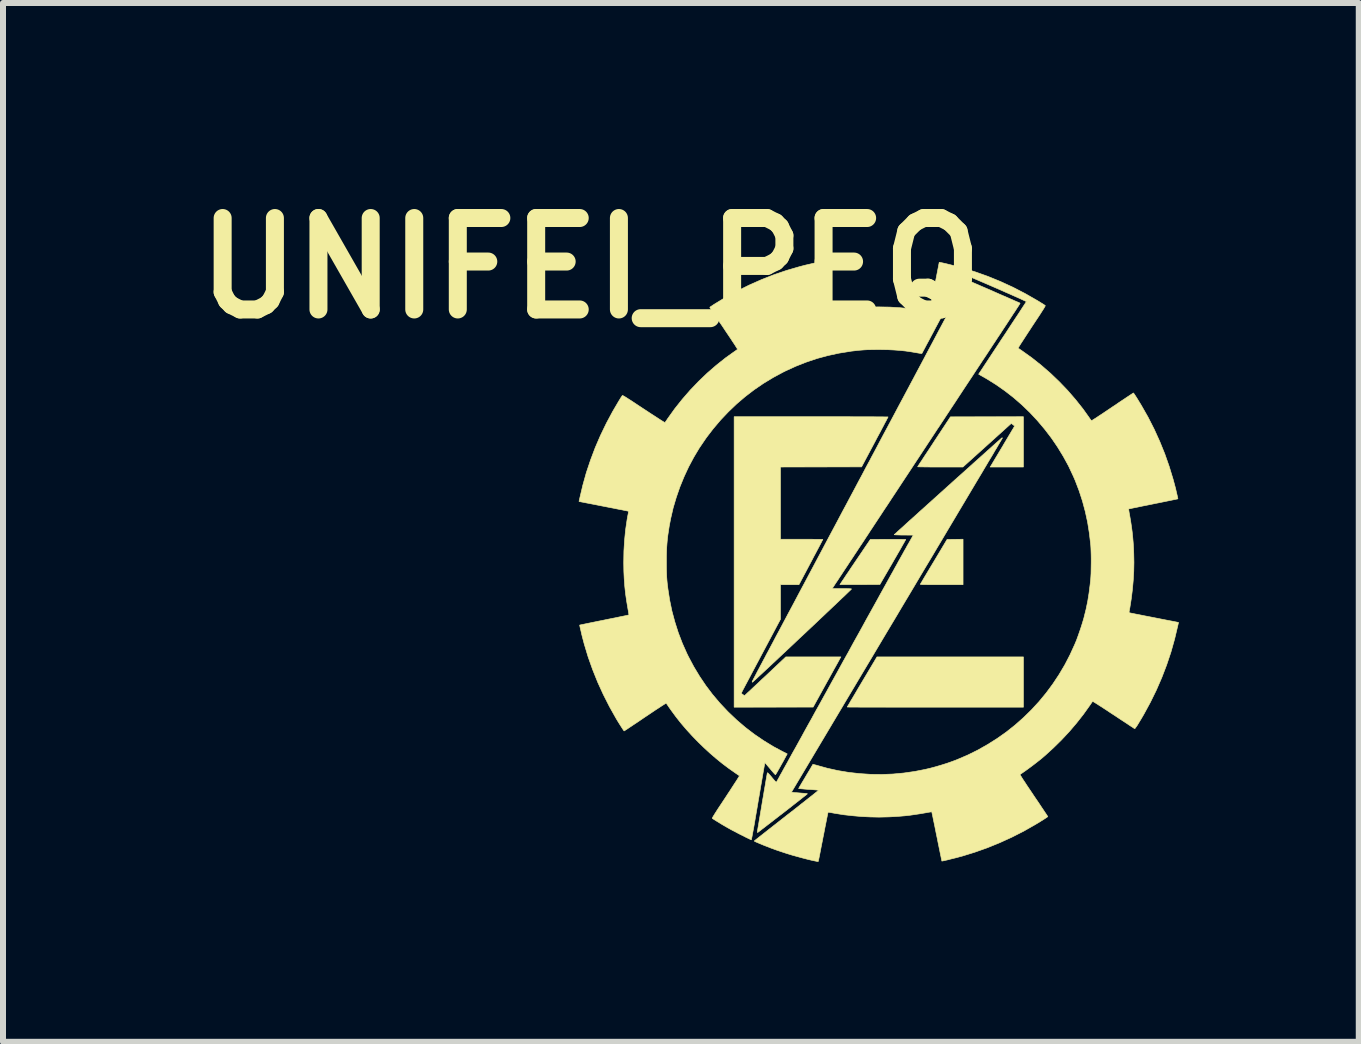
<source format=kicad_pcb>
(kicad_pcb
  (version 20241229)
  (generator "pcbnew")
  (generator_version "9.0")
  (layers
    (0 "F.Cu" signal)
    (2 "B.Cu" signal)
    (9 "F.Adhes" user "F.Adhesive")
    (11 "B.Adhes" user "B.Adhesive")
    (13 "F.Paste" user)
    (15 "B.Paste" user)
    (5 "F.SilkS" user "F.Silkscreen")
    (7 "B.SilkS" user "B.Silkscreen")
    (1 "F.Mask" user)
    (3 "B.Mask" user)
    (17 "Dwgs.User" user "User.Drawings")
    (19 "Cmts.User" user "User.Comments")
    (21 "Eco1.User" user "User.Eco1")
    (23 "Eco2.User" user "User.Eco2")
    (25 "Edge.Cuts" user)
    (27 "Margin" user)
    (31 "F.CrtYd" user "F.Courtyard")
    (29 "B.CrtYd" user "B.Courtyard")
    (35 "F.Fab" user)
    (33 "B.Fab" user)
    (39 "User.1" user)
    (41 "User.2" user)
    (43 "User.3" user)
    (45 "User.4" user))
  (footprint "UNIFEI_PEQ"
    (layer "F.Cu")
    (at 11.593 6.318)
    (property "Reference" "UNIFEI_PEQ" (at -4.8 -4.9 0) (layer "F.SilkS") (effects (font (size 1.524 1.524) (thickness 0.3))))
    (attr through_hole)
    (fp_poly (pts (xy 1.407 0.376) (xy 1.049 0.376) (xy 0.98 0.376) (xy 0.92 0.376) (xy 0.87 0.376) (xy 0.827 0.376) (xy 0.792 0.375) (xy 0.763 0.375) (xy 0.741 0.375) (xy 0.724 0.374) (xy 0.711 0.373) (xy 0.703 0.372) (xy 0.698 0.371) (xy 0.695 0.37) (xy 0.695 0.368) (xy 0.696 0.367) (xy 0.699 0.361) (xy 0.707 0.348) (xy 0.72 0.327) (xy 0.736 0.299) (xy 0.756 0.265) (xy 0.78 0.225) (xy 0.806 0.181) (xy 0.835 0.133) (xy 0.866 0.081) (xy 0.899 0.026) (xy 0.921 -0.01) (xy 1.141 -0.378) (xy 1.274 -0.38) (xy 1.407 -0.381) (xy 1.407 0.376)) (stroke (width 0.01) (type solid)) (fill yes) (layer "F.SilkS"))
    (fp_poly (pts (xy 2.413 2.418) (xy 0.945 2.418) (xy 0.823 2.418) (xy 0.705 2.418) (xy 0.589 2.418) (xy 0.477 2.418) (xy 0.368 2.418) (xy 0.264 2.418) (xy 0.165 2.418) (xy 0.07 2.417) (xy -0.019 2.417) (xy -0.102 2.417) (xy -0.179 2.417) (xy -0.249 2.417) (xy -0.312 2.417) (xy -0.368 2.416) (xy -0.416 2.416) (xy -0.455 2.416) (xy -0.486 2.416) (xy -0.508 2.415) (xy -0.52 2.415) (xy -0.523 2.415) (xy -0.521 2.41) (xy -0.513 2.397) (xy -0.501 2.377) (xy -0.485 2.35) (xy -0.466 2.316) (xy -0.442 2.277) (xy -0.416 2.233) (xy -0.387 2.184) (xy -0.356 2.131) (xy -0.323 2.075) (xy -0.288 2.016) (xy -0.276 1.996) (xy -0.028 1.58) (xy 1.193 1.58) (xy 2.413 1.58) (xy 2.413 2.418)) (stroke (width 0.01) (type solid)) (fill yes) (layer "F.SilkS"))
    (fp_poly (pts (xy 0.316 -0.38) (xy 0.358 -0.38) (xy 0.393 -0.379) (xy 0.421 -0.379) (xy 0.44 -0.378) (xy 0.451 -0.377) (xy 0.452 -0.377) (xy 0.45 -0.372) (xy 0.442 -0.358) (xy 0.431 -0.338) (xy 0.415 -0.31) (xy 0.396 -0.277) (xy 0.374 -0.237) (xy 0.349 -0.193) (xy 0.321 -0.145) (xy 0.291 -0.093) (xy 0.259 -0.038) (xy 0.237 0.001) (xy 0.021 0.373) (xy -0.312 0.375) (xy -0.369 0.375) (xy -0.423 0.375) (xy -0.473 0.375) (xy -0.519 0.375) (xy -0.558 0.375) (xy -0.592 0.375) (xy -0.618 0.375) (xy -0.635 0.374) (xy -0.644 0.374) (xy -0.645 0.374) (xy -0.642 0.37) (xy -0.634 0.357) (xy -0.621 0.338) (xy -0.604 0.312) (xy -0.582 0.28) (xy -0.557 0.242) (xy -0.529 0.2) (xy -0.497 0.154) (xy -0.464 0.103) (xy -0.428 0.05) (xy -0.392 -0.003) (xy -0.138 -0.378) (xy 0.157 -0.38) (xy 0.215 -0.38) (xy 0.268 -0.38) (xy 0.316 -0.38)) (stroke (width 0.01) (type solid)) (fill yes) (layer "F.SilkS"))
    (fp_poly (pts (xy 2.413 -1.585) (xy 1.859 -1.585) (xy 1.882 -1.622) (xy 1.888 -1.632) (xy 1.899 -1.651) (xy 1.914 -1.676) (xy 1.933 -1.708) (xy 1.956 -1.746) (xy 1.981 -1.788) (xy 2.008 -1.833) (xy 2.037 -1.882) (xy 2.068 -1.933) (xy 2.085 -1.963) (xy 2.267 -2.268) (xy 2.252 -2.28) (xy 2.238 -2.291) (xy 2.224 -2.302) (xy 2.224 -2.302) (xy 2.211 -2.312) (xy 1.808 -1.948) (xy 1.405 -1.585) (xy 1.027 -1.585) (xy 0.967 -1.585) (xy 0.909 -1.585) (xy 0.855 -1.585) (xy 0.805 -1.586) (xy 0.761 -1.586) (xy 0.724 -1.587) (xy 0.693 -1.587) (xy 0.67 -1.588) (xy 0.655 -1.588) (xy 0.65 -1.589) (xy 0.65 -1.589) (xy 0.653 -1.593) (xy 0.661 -1.606) (xy 0.674 -1.626) (xy 0.691 -1.653) (xy 0.713 -1.685) (xy 0.738 -1.724) (xy 0.766 -1.767) (xy 0.798 -1.815) (xy 0.832 -1.866) (xy 0.868 -1.921) (xy 0.906 -1.979) (xy 0.924 -2.007) (xy 1.197 -2.421) (xy 1.805 -2.422) (xy 2.413 -2.423) (xy 2.413 -1.585)) (stroke (width 0.01) (type solid)) (fill yes) (layer "F.SilkS"))
    (fp_poly (pts (xy -1.012 -2.423) (xy -0.901 -2.423) (xy -0.793 -2.423) (xy -0.689 -2.423) (xy -0.589 -2.423) (xy -0.493 -2.423) (xy -0.403 -2.422) (xy -0.317 -2.422) (xy -0.237 -2.422) (xy -0.163 -2.422) (xy -0.096 -2.422) (xy -0.036 -2.421) (xy 0.017 -2.421) (xy 0.063 -2.421) (xy 0.099 -2.42) (xy 0.128 -2.42) (xy 0.147 -2.42) (xy 0.156 -2.42) (xy 0.157 -2.419) (xy 0.155 -2.414) (xy 0.148 -2.401) (xy 0.137 -2.38) (xy 0.123 -2.352) (xy 0.104 -2.318) (xy 0.083 -2.277) (xy 0.059 -2.232) (xy 0.033 -2.182) (xy 0.004 -2.128) (xy -0.027 -2.071) (xy -0.058 -2.011) (xy -0.063 -2.002) (xy -0.284 -1.587) (xy -0.96 -1.586) (xy -1.636 -1.585) (xy -1.636 -0.381) (xy -1.283 -0.381) (xy -1.224 -0.381) (xy -1.168 -0.381) (xy -1.116 -0.381) (xy -1.069 -0.38) (xy -1.027 -0.38) (xy -0.992 -0.38) (xy -0.964 -0.379) (xy -0.943 -0.379) (xy -0.932 -0.378) (xy -0.93 -0.378) (xy -0.932 -0.373) (xy -0.939 -0.36) (xy -0.95 -0.339) (xy -0.964 -0.311) (xy -0.982 -0.277) (xy -1.003 -0.237) (xy -1.027 -0.192) (xy -1.053 -0.143) (xy -1.081 -0.091) (xy -1.11 -0.035) (xy -1.129 0.001) (xy -1.328 0.376) (xy -1.482 0.376) (xy -1.636 0.376) (xy -1.636 0.953) (xy -1.964 1.569) (xy -2.003 1.643) (xy -2.041 1.714) (xy -2.077 1.782) (xy -2.111 1.846) (xy -2.143 1.907) (xy -2.173 1.963) (xy -2.2 2.014) (xy -2.224 2.059) (xy -2.245 2.099) (xy -2.262 2.131) (xy -2.275 2.157) (xy -2.284 2.175) (xy -2.289 2.185) (xy -2.29 2.187) (xy -2.286 2.19) (xy -2.275 2.198) (xy -2.264 2.206) (xy -2.25 2.216) (xy -2.24 2.223) (xy -2.235 2.225) (xy -2.231 2.222) (xy -2.22 2.212) (xy -2.203 2.196) (xy -2.18 2.174) (xy -2.151 2.148) (xy -2.118 2.117) (xy -2.081 2.082) (xy -2.039 2.043) (xy -1.995 2.002) (xy -1.948 1.957) (xy -1.898 1.911) (xy -1.889 1.903) (xy -1.547 1.58) (xy -1.088 1.58) (xy -0.629 1.58) (xy -0.65 1.617) (xy -0.655 1.627) (xy -0.665 1.645) (xy -0.679 1.671) (xy -0.697 1.703) (xy -0.718 1.741) (xy -0.743 1.785) (xy -0.769 1.833) (xy -0.798 1.885) (xy -0.828 1.94) (xy -0.86 1.997) (xy -0.881 2.035) (xy -1.091 2.416) (xy -1.75 2.417) (xy -2.408 2.418) (xy -2.408 -2.423) (xy -1.125 -2.423) (xy -1.012 -2.423)) (stroke (width 0.01) (type solid)) (fill yes) (layer "F.SilkS"))
    (fp_poly (pts (xy 2.062 -2.069) (xy 2.062 -2.066) (xy 2.061 -2.064) (xy 2.059 -2.06) (xy 2.055 -2.054) (xy 2.05 -2.045) (xy 2.043 -2.033) (xy 2.034 -2.018) (xy 2.023 -2) (xy 2.011 -1.979) (xy 1.996 -1.954) (xy 1.98 -1.926) (xy 1.961 -1.894) (xy 1.939 -1.858) (xy 1.916 -1.818) (xy 1.89 -1.774) (xy 1.861 -1.726) (xy 1.829 -1.673) (xy 1.795 -1.615) (xy 1.758 -1.553) (xy 1.718 -1.485) (xy 1.674 -1.412) (xy 1.628 -1.335) (xy 1.578 -1.251) (xy 1.525 -1.162) (xy 1.469 -1.068) (xy 1.409 -0.967) (xy 1.345 -0.86) (xy 1.278 -0.747) (xy 1.207 -0.628) (xy 1.132 -0.502) (xy 1.053 -0.369) (xy 0.97 -0.23) (xy 0.883 -0.083) (xy 0.791 0.07) (xy 0.695 0.231) (xy 0.595 0.4) (xy 0.49 0.576) (xy 0.38 0.76) (xy 0.266 0.952) (xy 0.146 1.152) (xy 0.022 1.36) (xy -0.107 1.577) (xy -0.235 1.791) (xy -1.452 3.833) (xy -1.436 3.836) (xy -1.426 3.838) (xy -1.408 3.84) (xy -1.383 3.842) (xy -1.354 3.844) (xy -1.32 3.847) (xy -1.306 3.848) (xy -1.273 3.851) (xy -1.243 3.853) (xy -1.219 3.855) (xy -1.201 3.857) (xy -1.191 3.858) (xy -1.189 3.859) (xy -1.19 3.864) (xy -1.194 3.868) (xy -1.201 3.874) (xy -1.214 3.885) (xy -1.235 3.901) (xy -1.261 3.921) (xy -1.292 3.946) (xy -1.328 3.974) (xy -1.368 4.005) (xy -1.411 4.039) (xy -1.457 4.075) (xy -1.504 4.112) (xy -1.553 4.15) (xy -1.603 4.189) (xy -1.653 4.227) (xy -1.702 4.265) (xy -1.75 4.302) (xy -1.796 4.338) (xy -1.839 4.371) (xy -1.879 4.402) (xy -1.915 4.43) (xy -1.947 4.454) (xy -1.973 4.475) (xy -1.994 4.49) (xy -2.008 4.501) (xy -2.015 4.506) (xy -2.015 4.506) (xy -2.021 4.502) (xy -2.022 4.499) (xy -2.021 4.493) (xy -2.019 4.479) (xy -2.015 4.455) (xy -2.01 4.424) (xy -2.003 4.387) (xy -1.996 4.344) (xy -1.988 4.295) (xy -1.979 4.243) (xy -1.97 4.187) (xy -1.96 4.129) (xy -1.95 4.069) (xy -1.94 4.008) (xy -1.93 3.948) (xy -1.919 3.888) (xy -1.91 3.83) (xy -1.9 3.774) (xy -1.891 3.722) (xy -1.883 3.674) (xy -1.876 3.631) (xy -1.869 3.594) (xy -1.864 3.564) (xy -1.86 3.541) (xy -1.858 3.527) (xy -1.857 3.522) (xy -1.853 3.513) (xy -1.849 3.51) (xy -1.845 3.514) (xy -1.835 3.524) (xy -1.82 3.54) (xy -1.802 3.561) (xy -1.782 3.584) (xy -1.776 3.592) (xy -1.753 3.619) (xy -1.736 3.639) (xy -1.723 3.653) (xy -1.714 3.661) (xy -1.709 3.666) (xy -1.705 3.666) (xy -1.702 3.664) (xy -1.7 3.661) (xy -1.697 3.656) (xy -1.689 3.642) (xy -1.677 3.62) (xy -1.66 3.59) (xy -1.64 3.552) (xy -1.614 3.507) (xy -1.586 3.455) (xy -1.553 3.396) (xy -1.516 3.33) (xy -1.477 3.258) (xy -1.434 3.18) (xy -1.387 3.097) (xy -1.338 3.008) (xy -1.286 2.914) (xy -1.232 2.815) (xy -1.175 2.712) (xy -1.115 2.605) (xy -1.054 2.493) (xy -0.99 2.379) (xy -0.925 2.261) (xy -0.858 2.14) (xy -0.79 2.016) (xy -0.72 1.89) (xy -0.678 1.814) (xy -0.588 1.65) (xy -0.502 1.496) (xy -0.422 1.349) (xy -0.345 1.211) (xy -0.273 1.081) (xy -0.206 0.958) (xy -0.142 0.843) (xy -0.082 0.735) (xy -0.026 0.634) (xy 0.026 0.539) (xy 0.075 0.451) (xy 0.121 0.368) (xy 0.163 0.292) (xy 0.202 0.221) (xy 0.239 0.156) (xy 0.272 0.095) (xy 0.303 0.04) (xy 0.331 -0.012) (xy 0.357 -0.058) (xy 0.381 -0.101) (xy 0.403 -0.14) (xy 0.422 -0.175) (xy 0.44 -0.207) (xy 0.457 -0.236) (xy 0.471 -0.263) (xy 0.485 -0.287) (xy 0.497 -0.308) (xy 0.508 -0.327) (xy 0.518 -0.345) (xy 0.527 -0.361) (xy 0.536 -0.376) (xy 0.54 -0.384) (xy 0.578 -0.45) (xy 0.418 -0.451) (xy 0.379 -0.451) (xy 0.344 -0.452) (xy 0.313 -0.453) (xy 0.288 -0.454) (xy 0.27 -0.455) (xy 0.261 -0.456) (xy 0.26 -0.457) (xy 0.264 -0.461) (xy 0.275 -0.471) (xy 0.293 -0.487) (xy 0.317 -0.51) (xy 0.347 -0.537) (xy 0.383 -0.569) (xy 0.424 -0.606) (xy 0.469 -0.648) (xy 0.519 -0.693) (xy 0.573 -0.741) (xy 0.631 -0.793) (xy 0.691 -0.848) (xy 0.755 -0.905) (xy 0.82 -0.964) (xy 0.888 -1.025) (xy 0.957 -1.087) (xy 1.028 -1.151) (xy 1.099 -1.215) (xy 1.17 -1.279) (xy 1.241 -1.343) (xy 1.312 -1.407) (xy 1.382 -1.469) (xy 1.451 -1.531) (xy 1.518 -1.591) (xy 1.583 -1.65) (xy 1.646 -1.706) (xy 1.705 -1.759) (xy 1.762 -1.81) (xy 1.814 -1.857) (xy 1.863 -1.9) (xy 1.907 -1.94) (xy 1.946 -1.975) (xy 1.98 -2.005) (xy 2.009 -2.03) (xy 2.031 -2.05) (xy 2.047 -2.064) (xy 2.056 -2.071) (xy 2.057 -2.073) (xy 2.062 -2.069)) (stroke (width 0.01) (type solid)) (fill yes) (layer "F.SilkS"))
    (fp_poly (pts (xy 1.46 -4.706) (xy 1.474 -4.701) (xy 1.495 -4.692) (xy 1.524 -4.679) (xy 1.56 -4.664) (xy 1.601 -4.646) (xy 1.648 -4.626) (xy 1.7 -4.603) (xy 1.756 -4.579) (xy 1.816 -4.553) (xy 1.879 -4.526) (xy 1.901 -4.516) (xy 1.964 -4.488) (xy 2.025 -4.461) (xy 2.083 -4.436) (xy 2.137 -4.413) (xy 2.186 -4.391) (xy 2.23 -4.372) (xy 2.268 -4.355) (xy 2.3 -4.341) (xy 2.325 -4.331) (xy 2.342 -4.323) (xy 2.35 -4.32) (xy 2.351 -4.319) (xy 2.357 -4.314) (xy 2.357 -4.312) (xy 2.354 -4.307) (xy 2.346 -4.294) (xy 2.334 -4.274) (xy 2.316 -4.247) (xy 2.295 -4.215) (xy 2.27 -4.176) (xy 2.241 -4.133) (xy 2.21 -4.085) (xy 2.176 -4.033) (xy 2.14 -3.978) (xy 2.102 -3.92) (xy 2.082 -3.89) (xy 2.055 -3.849) (xy 2.024 -3.801) (xy 1.987 -3.746) (xy 1.946 -3.683) (xy 1.9 -3.614) (xy 1.851 -3.539) (xy 1.798 -3.458) (xy 1.741 -3.373) (xy 1.682 -3.283) (xy 1.62 -3.189) (xy 1.556 -3.091) (xy 1.489 -2.99) (xy 1.421 -2.887) (xy 1.352 -2.782) (xy 1.282 -2.675) (xy 1.211 -2.568) (xy 1.139 -2.459) (xy 1.068 -2.351) (xy 0.997 -2.243) (xy 0.986 -2.228) (xy 0.881 -2.068) (xy 0.781 -1.916) (xy 0.687 -1.773) (xy 0.597 -1.637) (xy 0.513 -1.509) (xy 0.433 -1.388) (xy 0.358 -1.274) (xy 0.287 -1.166) (xy 0.22 -1.065) (xy 0.158 -0.97) (xy 0.099 -0.882) (xy 0.044 -0.798) (xy -0.007 -0.721) (xy -0.055 -0.648) (xy -0.099 -0.581) (xy -0.141 -0.518) (xy -0.179 -0.459) (xy -0.215 -0.405) (xy -0.248 -0.354) (xy -0.279 -0.307) (xy -0.308 -0.264) (xy -0.335 -0.224) (xy -0.359 -0.186) (xy -0.382 -0.152) (xy -0.404 -0.119) (xy -0.423 -0.089) (xy -0.442 -0.061) (xy -0.46 -0.034) (xy -0.477 -0.009) (xy -0.493 0.016) (xy -0.508 0.039) (xy -0.523 0.062) (xy -0.538 0.084) (xy -0.553 0.107) (xy -0.568 0.129) (xy -0.583 0.152) (xy -0.591 0.164) (xy -0.622 0.212) (xy -0.652 0.256) (xy -0.679 0.298) (xy -0.704 0.335) (xy -0.726 0.368) (xy -0.744 0.396) (xy -0.758 0.417) (xy -0.767 0.432) (xy -0.772 0.439) (xy -0.772 0.44) (xy -0.767 0.44) (xy -0.753 0.441) (xy -0.732 0.441) (xy -0.704 0.442) (xy -0.67 0.442) (xy -0.633 0.442) (xy -0.612 0.442) (xy -0.566 0.442) (xy -0.528 0.442) (xy -0.5 0.443) (xy -0.478 0.444) (xy -0.464 0.445) (xy -0.456 0.446) (xy -0.452 0.448) (xy -0.452 0.448) (xy -0.456 0.452) (xy -0.466 0.463) (xy -0.484 0.48) (xy -0.507 0.502) (xy -0.536 0.53) (xy -0.571 0.564) (xy -0.611 0.601) (xy -0.655 0.643) (xy -0.703 0.689) (xy -0.755 0.738) (xy -0.811 0.791) (xy -0.869 0.846) (xy -0.93 0.904) (xy -0.993 0.963) (xy -1.058 1.025) (xy -1.124 1.087) (xy -1.191 1.15) (xy -1.259 1.214) (xy -1.327 1.277) (xy -1.394 1.341) (xy -1.461 1.404) (xy -1.526 1.465) (xy -1.59 1.525) (xy -1.653 1.584) (xy -1.712 1.64) (xy -1.769 1.693) (xy -1.823 1.744) (xy -1.874 1.791) (xy -1.92 1.834) (xy -1.962 1.873) (xy -2 1.908) (xy -2.032 1.938) (xy -2.058 1.962) (xy -2.079 1.981) (xy -2.093 1.994) (xy -2.1 2) (xy -2.101 2.001) (xy -2.107 2) (xy -2.107 1.992) (xy -2.104 1.985) (xy -2.097 1.971) (xy -2.086 1.949) (xy -2.071 1.921) (xy -2.053 1.887) (xy -2.033 1.848) (xy -2.011 1.806) (xy -1.986 1.76) (xy -1.966 1.721) (xy -1.948 1.688) (xy -1.926 1.646) (xy -1.899 1.596) (xy -1.869 1.538) (xy -1.834 1.474) (xy -1.796 1.402) (xy -1.755 1.325) (xy -1.711 1.241) (xy -1.663 1.152) (xy -1.613 1.058) (xy -1.561 0.96) (xy -1.507 0.858) (xy -1.45 0.752) (xy -1.392 0.643) (xy -1.333 0.531) (xy -1.272 0.417) (xy -1.21 0.301) (xy -1.148 0.184) (xy -1.085 0.066) (xy -1.022 -0.053) (xy -0.959 -0.171) (xy -0.896 -0.29) (xy -0.834 -0.407) (xy -0.772 -0.523) (xy -0.711 -0.637) (xy -0.652 -0.749) (xy -0.594 -0.858) (xy -0.537 -0.964) (xy -0.483 -1.066) (xy -0.43 -1.165) (xy -0.38 -1.259) (xy -0.333 -1.348) (xy -0.288 -1.431) (xy -0.247 -1.509) (xy -0.209 -1.581) (xy -0.174 -1.646) (xy -0.143 -1.703) (xy -0.117 -1.754) (xy -0.109 -1.768) (xy -0.05 -1.878) (xy 0.01 -1.992) (xy 0.072 -2.109) (xy 0.136 -2.228) (xy 0.2 -2.348) (xy 0.265 -2.47) (xy 0.33 -2.593) (xy 0.396 -2.716) (xy 0.461 -2.838) (xy 0.526 -2.96) (xy 0.59 -3.08) (xy 0.653 -3.199) (xy 0.715 -3.315) (xy 0.775 -3.428) (xy 0.833 -3.538) (xy 0.89 -3.644) (xy 0.944 -3.746) (xy 0.995 -3.843) (xy 1.044 -3.934) (xy 1.089 -4.019) (xy 1.131 -4.098) (xy 1.169 -4.17) (xy 1.204 -4.234) (xy 1.234 -4.29) (xy 1.256 -4.333) (xy 1.287 -4.39) (xy 1.316 -4.445) (xy 1.343 -4.496) (xy 1.368 -4.543) (xy 1.39 -4.586) (xy 1.41 -4.623) (xy 1.427 -4.654) (xy 1.44 -4.679) (xy 1.45 -4.697) (xy 1.455 -4.706) (xy 1.456 -4.708) (xy 1.46 -4.706)) (stroke (width 0.01) (type solid)) (fill yes) (layer "F.SilkS"))
    (fp_poly (pts (xy 1.058 -4.988) (xy 1.09 -4.981) (xy 1.129 -4.972) (xy 1.174 -4.961) (xy 1.222 -4.949) (xy 1.27 -4.937) (xy 1.317 -4.925) (xy 1.36 -4.914) (xy 1.391 -4.905) (xy 1.608 -4.838) (xy 1.821 -4.762) (xy 2.031 -4.676) (xy 2.238 -4.581) (xy 2.441 -4.476) (xy 2.64 -4.362) (xy 2.683 -4.336) (xy 2.71 -4.319) (xy 2.735 -4.304) (xy 2.755 -4.291) (xy 2.769 -4.281) (xy 2.777 -4.276) (xy 2.777 -4.276) (xy 2.777 -4.273) (xy 2.775 -4.266) (xy 2.769 -4.256) (xy 2.761 -4.241) (xy 2.749 -4.221) (xy 2.733 -4.196) (xy 2.713 -4.165) (xy 2.689 -4.127) (xy 2.66 -4.083) (xy 2.626 -4.032) (xy 2.587 -3.973) (xy 2.552 -3.92) (xy 2.517 -3.866) (xy 2.483 -3.815) (xy 2.452 -3.767) (xy 2.423 -3.722) (xy 2.397 -3.682) (xy 2.374 -3.647) (xy 2.355 -3.617) (xy 2.341 -3.594) (xy 2.331 -3.577) (xy 2.326 -3.568) (xy 2.325 -3.566) (xy 2.33 -3.562) (xy 2.343 -3.554) (xy 2.36 -3.542) (xy 2.382 -3.527) (xy 2.395 -3.518) (xy 2.557 -3.402) (xy 2.714 -3.277) (xy 2.866 -3.145) (xy 3.011 -3.006) (xy 3.15 -2.861) (xy 3.281 -2.71) (xy 3.405 -2.554) (xy 3.495 -2.428) (xy 3.511 -2.405) (xy 3.525 -2.385) (xy 3.537 -2.369) (xy 3.544 -2.358) (xy 3.546 -2.356) (xy 3.551 -2.358) (xy 3.563 -2.365) (xy 3.582 -2.378) (xy 3.609 -2.394) (xy 3.641 -2.415) (xy 3.678 -2.44) (xy 3.72 -2.467) (xy 3.766 -2.498) (xy 3.815 -2.531) (xy 3.867 -2.566) (xy 3.896 -2.586) (xy 3.95 -2.621) (xy 4 -2.656) (xy 4.048 -2.688) (xy 4.092 -2.717) (xy 4.132 -2.744) (xy 4.167 -2.767) (xy 4.197 -2.787) (xy 4.22 -2.802) (xy 4.236 -2.813) (xy 4.245 -2.819) (xy 4.246 -2.819) (xy 4.25 -2.815) (xy 4.259 -2.803) (xy 4.271 -2.785) (xy 4.286 -2.762) (xy 4.304 -2.734) (xy 4.323 -2.703) (xy 4.343 -2.67) (xy 4.364 -2.636) (xy 4.379 -2.611) (xy 4.49 -2.416) (xy 4.592 -2.216) (xy 4.685 -2.011) (xy 4.769 -1.804) (xy 4.843 -1.593) (xy 4.908 -1.38) (xy 4.943 -1.25) (xy 4.952 -1.214) (xy 4.96 -1.178) (xy 4.968 -1.144) (xy 4.975 -1.114) (xy 4.981 -1.089) (xy 4.985 -1.069) (xy 4.987 -1.057) (xy 4.987 -1.054) (xy 4.982 -1.053) (xy 4.968 -1.05) (xy 4.945 -1.045) (xy 4.915 -1.039) (xy 4.877 -1.031) (xy 4.833 -1.022) (xy 4.784 -1.012) (xy 4.73 -1.001) (xy 4.672 -0.989) (xy 4.61 -0.977) (xy 4.577 -0.97) (xy 4.514 -0.957) (xy 4.454 -0.945) (xy 4.398 -0.934) (xy 4.346 -0.923) (xy 4.299 -0.913) (xy 4.258 -0.905) (xy 4.224 -0.898) (xy 4.197 -0.892) (xy 4.178 -0.888) (xy 4.168 -0.886) (xy 4.166 -0.886) (xy 4.167 -0.881) (xy 4.169 -0.867) (xy 4.172 -0.847) (xy 4.176 -0.821) (xy 4.182 -0.791) (xy 4.183 -0.784) (xy 4.2 -0.685) (xy 4.214 -0.592) (xy 4.226 -0.502) (xy 4.235 -0.413) (xy 4.243 -0.321) (xy 4.249 -0.224) (xy 4.252 -0.141) (xy 4.255 0.004) (xy 4.252 0.155) (xy 4.243 0.308) (xy 4.229 0.462) (xy 4.21 0.614) (xy 4.187 0.761) (xy 4.184 0.775) (xy 4.18 0.799) (xy 4.176 0.82) (xy 4.174 0.835) (xy 4.174 0.843) (xy 4.174 0.843) (xy 4.179 0.844) (xy 4.193 0.847) (xy 4.216 0.852) (xy 4.247 0.858) (xy 4.285 0.866) (xy 4.328 0.874) (xy 4.378 0.884) (xy 4.432 0.895) (xy 4.49 0.906) (xy 4.551 0.918) (xy 4.576 0.923) (xy 4.638 0.935) (xy 4.698 0.947) (xy 4.754 0.958) (xy 4.806 0.968) (xy 4.853 0.977) (xy 4.895 0.985) (xy 4.929 0.992) (xy 4.956 0.997) (xy 4.975 1.001) (xy 4.985 1.003) (xy 4.987 1.003) (xy 4.998 1.006) (xy 4.985 1.063) (xy 4.933 1.282) (xy 4.872 1.499) (xy 4.8 1.714) (xy 4.719 1.925) (xy 4.629 2.132) (xy 4.529 2.336) (xy 4.421 2.535) (xy 4.375 2.614) (xy 4.348 2.658) (xy 4.326 2.695) (xy 4.308 2.724) (xy 4.293 2.745) (xy 4.282 2.761) (xy 4.274 2.771) (xy 4.269 2.775) (xy 4.266 2.775) (xy 4.261 2.772) (xy 4.248 2.764) (xy 4.228 2.75) (xy 4.201 2.733) (xy 4.168 2.711) (xy 4.131 2.686) (xy 4.088 2.658) (xy 4.042 2.628) (xy 3.992 2.595) (xy 3.94 2.56) (xy 3.915 2.544) (xy 3.861 2.509) (xy 3.811 2.475) (xy 3.763 2.444) (xy 3.719 2.415) (xy 3.679 2.39) (xy 3.644 2.367) (xy 3.615 2.349) (xy 3.592 2.335) (xy 3.576 2.325) (xy 3.568 2.32) (xy 3.566 2.32) (xy 3.562 2.325) (xy 3.554 2.338) (xy 3.542 2.355) (xy 3.527 2.377) (xy 3.518 2.39) (xy 3.413 2.537) (xy 3.299 2.682) (xy 3.178 2.824) (xy 3.049 2.962) (xy 2.915 3.094) (xy 2.777 3.22) (xy 2.719 3.27) (xy 2.688 3.295) (xy 2.651 3.324) (xy 2.61 3.356) (xy 2.567 3.389) (xy 2.524 3.421) (xy 2.483 3.451) (xy 2.446 3.478) (xy 2.414 3.5) (xy 2.41 3.503) (xy 2.39 3.517) (xy 2.373 3.528) (xy 2.361 3.537) (xy 2.356 3.541) (xy 2.356 3.541) (xy 2.358 3.545) (xy 2.365 3.558) (xy 2.378 3.577) (xy 2.394 3.604) (xy 2.415 3.636) (xy 2.44 3.673) (xy 2.467 3.715) (xy 2.498 3.761) (xy 2.531 3.81) (xy 2.566 3.862) (xy 2.585 3.891) (xy 2.621 3.944) (xy 2.656 3.995) (xy 2.688 4.043) (xy 2.717 4.087) (xy 2.744 4.127) (xy 2.767 4.162) (xy 2.787 4.191) (xy 2.802 4.214) (xy 2.813 4.231) (xy 2.819 4.24) (xy 2.819 4.241) (xy 2.815 4.245) (xy 2.803 4.254) (xy 2.785 4.266) (xy 2.762 4.281) (xy 2.734 4.299) (xy 2.703 4.318) (xy 2.67 4.339) (xy 2.636 4.359) (xy 2.611 4.374) (xy 2.418 4.484) (xy 2.219 4.585) (xy 2.017 4.677) (xy 1.811 4.761) (xy 1.602 4.835) (xy 1.392 4.9) (xy 1.356 4.909) (xy 1.325 4.918) (xy 1.291 4.927) (xy 1.254 4.936) (xy 1.217 4.945) (xy 1.181 4.954) (xy 1.147 4.963) (xy 1.116 4.97) (xy 1.09 4.976) (xy 1.07 4.98) (xy 1.058 4.982) (xy 1.054 4.983) (xy 1.053 4.977) (xy 1.05 4.963) (xy 1.045 4.94) (xy 1.039 4.91) (xy 1.031 4.872) (xy 1.022 4.828) (xy 1.012 4.779) (xy 1.001 4.725) (xy 0.989 4.667) (xy 0.977 4.605) (xy 0.97 4.572) (xy 0.957 4.509) (xy 0.945 4.449) (xy 0.934 4.393) (xy 0.923 4.341) (xy 0.913 4.294) (xy 0.905 4.253) (xy 0.898 4.219) (xy 0.892 4.192) (xy 0.888 4.173) (xy 0.886 4.163) (xy 0.886 4.161) (xy 0.881 4.162) (xy 0.867 4.164) (xy 0.847 4.167) (xy 0.821 4.171) (xy 0.791 4.177) (xy 0.784 4.178) (xy 0.691 4.194) (xy 0.604 4.207) (xy 0.521 4.219) (xy 0.44 4.228) (xy 0.357 4.235) (xy 0.27 4.241) (xy 0.177 4.246) (xy 0.144 4.247) (xy 0.006 4.25) (xy -0.138 4.247) (xy -0.285 4.24) (xy -0.432 4.227) (xy -0.577 4.211) (xy -0.717 4.189) (xy -0.79 4.176) (xy -0.811 4.172) (xy -0.829 4.169) (xy -0.84 4.168) (xy -0.843 4.169) (xy -0.844 4.174) (xy -0.847 4.188) (xy -0.852 4.211) (xy -0.858 4.242) (xy -0.866 4.28) (xy -0.874 4.323) (xy -0.884 4.373) (xy -0.895 4.427) (xy -0.906 4.485) (xy -0.918 4.547) (xy -0.925 4.58) (xy -0.937 4.643) (xy -0.949 4.703) (xy -0.96 4.759) (xy -0.97 4.811) (xy -0.979 4.858) (xy -0.987 4.899) (xy -0.994 4.933) (xy -1 4.96) (xy -1.004 4.979) (xy -1.006 4.989) (xy -1.006 4.99) (xy -1.012 4.99) (xy -1.024 4.989) (xy -1.031 4.987) (xy -1.104 4.972) (xy -1.184 4.953) (xy -1.269 4.931) (xy -1.357 4.907) (xy -1.447 4.882) (xy -1.535 4.855) (xy -1.62 4.827) (xy -1.7 4.8) (xy -1.712 4.796) (xy -1.752 4.781) (xy -1.794 4.766) (xy -1.836 4.749) (xy -1.878 4.733) (xy -1.919 4.717) (xy -1.957 4.701) (xy -1.991 4.687) (xy -2.021 4.674) (xy -2.045 4.664) (xy -2.062 4.655) (xy -2.071 4.65) (xy -2.073 4.648) (xy -2.069 4.645) (xy -2.057 4.635) (xy -2.039 4.62) (xy -2.013 4.6) (xy -1.982 4.575) (xy -1.945 4.546) (xy -1.903 4.513) (xy -1.856 4.476) (xy -1.804 4.435) (xy -1.749 4.392) (xy -1.69 4.346) (xy -1.629 4.298) (xy -1.565 4.248) (xy -1.534 4.223) (xy -1.469 4.173) (xy -1.406 4.124) (xy -1.346 4.077) (xy -1.29 4.032) (xy -1.237 3.991) (xy -1.188 3.952) (xy -1.144 3.917) (xy -1.104 3.886) (xy -1.071 3.859) (xy -1.043 3.837) (xy -1.022 3.82) (xy -1.007 3.808) (xy -1 3.802) (xy -0.999 3.801) (xy -1.005 3.801) (xy -1.02 3.799) (xy -1.042 3.797) (xy -1.071 3.795) (xy -1.105 3.792) (xy -1.143 3.789) (xy -1.168 3.788) (xy -1.207 3.785) (xy -1.244 3.782) (xy -1.275 3.779) (xy -1.301 3.777) (xy -1.32 3.775) (xy -1.331 3.774) (xy -1.333 3.774) (xy -1.331 3.769) (xy -1.324 3.757) (xy -1.313 3.737) (xy -1.298 3.712) (xy -1.28 3.681) (xy -1.259 3.646) (xy -1.236 3.608) (xy -1.216 3.574) (xy -1.192 3.533) (xy -1.169 3.495) (xy -1.148 3.46) (xy -1.13 3.43) (xy -1.116 3.405) (xy -1.105 3.387) (xy -1.098 3.375) (xy -1.096 3.371) (xy -1.091 3.371) (xy -1.078 3.374) (xy -1.059 3.379) (xy -1.035 3.385) (xy -1.026 3.388) (xy -0.853 3.436) (xy -0.676 3.475) (xy -0.496 3.505) (xy -0.314 3.525) (xy -0.13 3.537) (xy 0.054 3.539) (xy 0.237 3.532) (xy 0.42 3.515) (xy 0.601 3.489) (xy 0.77 3.456) (xy 0.86 3.435) (xy 0.953 3.41) (xy 1.048 3.382) (xy 1.14 3.353) (xy 1.228 3.322) (xy 1.307 3.292) (xy 1.482 3.217) (xy 1.652 3.133) (xy 1.816 3.04) (xy 1.975 2.94) (xy 2.128 2.832) (xy 2.274 2.716) (xy 2.414 2.592) (xy 2.547 2.462) (xy 2.673 2.325) (xy 2.792 2.181) (xy 2.903 2.031) (xy 3.007 1.874) (xy 3.103 1.712) (xy 3.19 1.544) (xy 3.269 1.371) (xy 3.298 1.302) (xy 3.311 1.266) (xy 3.327 1.222) (xy 3.344 1.173) (xy 3.362 1.121) (xy 3.379 1.069) (xy 3.395 1.018) (xy 3.409 0.972) (xy 3.421 0.931) (xy 3.423 0.922) (xy 3.457 0.786) (xy 3.485 0.651) (xy 3.507 0.514) (xy 3.525 0.371) (xy 3.534 0.287) (xy 3.537 0.243) (xy 3.54 0.19) (xy 3.541 0.132) (xy 3.542 0.069) (xy 3.543 0.004) (xy 3.543 -0.061) (xy 3.542 -0.124) (xy 3.54 -0.184) (xy 3.538 -0.237) (xy 3.535 -0.284) (xy 3.534 -0.292) (xy 3.512 -0.481) (xy 3.483 -0.664) (xy 3.444 -0.843) (xy 3.397 -1.018) (xy 3.341 -1.19) (xy 3.276 -1.36) (xy 3.243 -1.436) (xy 3.165 -1.602) (xy 3.077 -1.763) (xy 2.981 -1.92) (xy 2.877 -2.072) (xy 2.765 -2.218) (xy 2.646 -2.359) (xy 2.52 -2.494) (xy 2.388 -2.621) (xy 2.249 -2.742) (xy 2.105 -2.854) (xy 1.955 -2.959) (xy 1.801 -3.055) (xy 1.763 -3.077) (xy 1.738 -3.091) (xy 1.715 -3.104) (xy 1.696 -3.115) (xy 1.684 -3.122) (xy 1.68 -3.124) (xy 1.667 -3.132) (xy 2.063 -3.734) (xy 2.11 -3.804) (xy 2.155 -3.873) (xy 2.198 -3.939) (xy 2.239 -4.001) (xy 2.278 -4.06) (xy 2.314 -4.114) (xy 2.347 -4.164) (xy 2.376 -4.209) (xy 2.401 -4.248) (xy 2.423 -4.281) (xy 2.44 -4.307) (xy 2.452 -4.326) (xy 2.46 -4.337) (xy 2.462 -4.341) (xy 2.458 -4.344) (xy 2.445 -4.35) (xy 2.424 -4.36) (xy 2.396 -4.373) (xy 2.362 -4.389) (xy 2.322 -4.407) (xy 2.277 -4.427) (xy 2.227 -4.449) (xy 2.174 -4.473) (xy 2.118 -4.497) (xy 2.06 -4.523) (xy 2.001 -4.549) (xy 1.941 -4.575) (xy 1.881 -4.601) (xy 1.821 -4.627) (xy 1.763 -4.652) (xy 1.707 -4.676) (xy 1.654 -4.699) (xy 1.605 -4.72) (xy 1.56 -4.739) (xy 1.52 -4.756) (xy 1.486 -4.77) (xy 1.459 -4.781) (xy 1.438 -4.789) (xy 1.426 -4.793) (xy 1.422 -4.794) (xy 1.413 -4.777) (xy 1.4 -4.753) (xy 1.383 -4.721) (xy 1.364 -4.684) (xy 1.341 -4.641) (xy 1.315 -4.592) (xy 1.287 -4.54) (xy 1.257 -4.483) (xy 1.225 -4.423) (xy 1.192 -4.361) (xy 1.158 -4.297) (xy 1.123 -4.231) (xy 1.087 -4.164) (xy 1.052 -4.097) (xy 1.016 -4.031) (xy 0.981 -3.965) (xy 0.947 -3.902) (xy 0.915 -3.84) (xy 0.883 -3.781) (xy 0.854 -3.726) (xy 0.826 -3.674) (xy 0.801 -3.628) (xy 0.779 -3.586) (xy 0.76 -3.55) (xy 0.744 -3.521) (xy 0.733 -3.499) (xy 0.725 -3.484) (xy 0.721 -3.478) (xy 0.721 -3.478) (xy 0.715 -3.477) (xy 0.701 -3.478) (xy 0.68 -3.481) (xy 0.656 -3.485) (xy 0.645 -3.487) (xy 0.545 -3.504) (xy 0.449 -3.518) (xy 0.354 -3.528) (xy 0.258 -3.535) (xy 0.158 -3.54) (xy 0.052 -3.542) (xy 0.003 -3.543) (xy -0.068 -3.542) (xy -0.13 -3.541) (xy -0.187 -3.54) (xy -0.24 -3.537) (xy -0.291 -3.533) (xy -0.344 -3.529) (xy -0.399 -3.522) (xy -0.46 -3.515) (xy -0.476 -3.512) (xy -0.663 -3.482) (xy -0.847 -3.442) (xy -1.028 -3.393) (xy -1.206 -3.333) (xy -1.381 -3.264) (xy -1.554 -3.185) (xy -1.59 -3.167) (xy -1.757 -3.077) (xy -1.919 -2.979) (xy -2.074 -2.873) (xy -2.224 -2.758) (xy -2.367 -2.636) (xy -2.503 -2.506) (xy -2.633 -2.369) (xy -2.756 -2.224) (xy -2.872 -2.073) (xy -2.98 -1.914) (xy -2.989 -1.901) (xy -3.081 -1.747) (xy -3.166 -1.588) (xy -3.243 -1.422) (xy -3.312 -1.253) (xy -3.372 -1.08) (xy -3.424 -0.905) (xy -3.465 -0.728) (xy -3.49 -0.598) (xy -3.502 -0.519) (xy -3.513 -0.447) (xy -3.521 -0.378) (xy -3.527 -0.311) (xy -3.532 -0.242) (xy -3.535 -0.171) (xy -3.537 -0.095) (xy -3.537 -0.011) (xy -3.537 -0.003) (xy -3.537 0.07) (xy -3.536 0.134) (xy -3.534 0.193) (xy -3.532 0.247) (xy -3.528 0.301) (xy -3.523 0.354) (xy -3.516 0.41) (xy -3.512 0.444) (xy -3.483 0.631) (xy -3.445 0.815) (xy -3.396 0.997) (xy -3.339 1.176) (xy -3.272 1.351) (xy -3.196 1.522) (xy -3.169 1.577) (xy -3.08 1.744) (xy -2.983 1.905) (xy -2.879 2.059) (xy -2.767 2.207) (xy -2.646 2.35) (xy -2.516 2.488) (xy -2.502 2.502) (xy -2.364 2.633) (xy -2.22 2.756) (xy -2.071 2.87) (xy -1.915 2.976) (xy -1.755 3.074) (xy -1.604 3.155) (xy -1.523 3.196) (xy -1.549 3.243) (xy -1.573 3.288) (xy -1.597 3.332) (xy -1.621 3.374) (xy -1.643 3.414) (xy -1.663 3.449) (xy -1.681 3.481) (xy -1.696 3.507) (xy -1.708 3.527) (xy -1.716 3.539) (xy -1.72 3.544) (xy -1.724 3.54) (xy -1.734 3.53) (xy -1.749 3.514) (xy -1.767 3.493) (xy -1.788 3.469) (xy -1.808 3.444) (xy -1.831 3.417) (xy -1.852 3.392) (xy -1.869 3.372) (xy -1.883 3.356) (xy -1.892 3.346) (xy -1.895 3.343) (xy -1.896 3.348) (xy -1.899 3.362) (xy -1.903 3.385) (xy -1.909 3.417) (xy -1.916 3.456) (xy -1.924 3.502) (xy -1.933 3.554) (xy -1.943 3.613) (xy -1.954 3.676) (xy -1.966 3.745) (xy -1.978 3.817) (xy -1.991 3.893) (xy -2.005 3.972) (xy -2.007 3.985) (xy -2.025 4.093) (xy -2.042 4.191) (xy -2.057 4.279) (xy -2.07 4.357) (xy -2.082 4.425) (xy -2.093 4.483) (xy -2.102 4.531) (xy -2.109 4.57) (xy -2.115 4.598) (xy -2.119 4.617) (xy -2.121 4.627) (xy -2.122 4.628) (xy -2.128 4.626) (xy -2.143 4.619) (xy -2.164 4.609) (xy -2.191 4.596) (xy -2.222 4.581) (xy -2.256 4.563) (xy -2.293 4.545) (xy -2.331 4.526) (xy -2.368 4.506) (xy -2.404 4.487) (xy -2.438 4.47) (xy -2.469 4.453) (xy -2.494 4.439) (xy -2.51 4.43) (xy -2.538 4.414) (xy -2.569 4.396) (xy -2.602 4.377) (xy -2.635 4.357) (xy -2.667 4.337) (xy -2.697 4.319) (xy -2.724 4.302) (xy -2.746 4.288) (xy -2.762 4.278) (xy -2.771 4.271) (xy -2.772 4.271) (xy -2.772 4.268) (xy -2.77 4.261) (xy -2.764 4.251) (xy -2.756 4.236) (xy -2.743 4.216) (xy -2.728 4.191) (xy -2.708 4.16) (xy -2.684 4.122) (xy -2.655 4.078) (xy -2.621 4.027) (xy -2.582 3.968) (xy -2.547 3.915) (xy -2.512 3.861) (xy -2.478 3.81) (xy -2.447 3.762) (xy -2.418 3.717) (xy -2.392 3.677) (xy -2.369 3.642) (xy -2.35 3.612) (xy -2.336 3.589) (xy -2.325 3.572) (xy -2.32 3.563) (xy -2.32 3.561) (xy -2.325 3.557) (xy -2.338 3.549) (xy -2.355 3.537) (xy -2.377 3.522) (xy -2.39 3.513) (xy -2.501 3.435) (xy -2.606 3.356) (xy -2.708 3.273) (xy -2.809 3.186) (xy -2.91 3.093) (xy -3.003 3.003) (xy -3.106 2.897) (xy -3.201 2.793) (xy -3.29 2.689) (xy -3.374 2.583) (xy -3.455 2.473) (xy -3.503 2.405) (xy -3.516 2.385) (xy -3.528 2.368) (xy -3.537 2.356) (xy -3.541 2.351) (xy -3.541 2.351) (xy -3.545 2.353) (xy -3.558 2.36) (xy -3.577 2.373) (xy -3.603 2.389) (xy -3.635 2.41) (xy -3.673 2.435) (xy -3.715 2.462) (xy -3.761 2.493) (xy -3.81 2.526) (xy -3.862 2.561) (xy -3.891 2.58) (xy -3.944 2.616) (xy -3.995 2.651) (xy -4.043 2.683) (xy -4.087 2.712) (xy -4.127 2.739) (xy -4.162 2.762) (xy -4.191 2.782) (xy -4.215 2.797) (xy -4.231 2.808) (xy -4.24 2.813) (xy -4.241 2.814) (xy -4.245 2.81) (xy -4.254 2.798) (xy -4.266 2.78) (xy -4.281 2.757) (xy -4.299 2.729) (xy -4.318 2.699) (xy -4.338 2.667) (xy -4.358 2.634) (xy -4.373 2.609) (xy -4.485 2.41) (xy -4.588 2.207) (xy -4.682 2.001) (xy -4.766 1.792) (xy -4.841 1.581) (xy -4.906 1.366) (xy -4.938 1.245) (xy -4.947 1.209) (xy -4.955 1.173) (xy -4.963 1.139) (xy -4.97 1.109) (xy -4.976 1.084) (xy -4.98 1.064) (xy -4.982 1.052) (xy -4.982 1.049) (xy -4.977 1.048) (xy -4.963 1.045) (xy -4.94 1.04) (xy -4.91 1.034) (xy -4.872 1.026) (xy -4.828 1.017) (xy -4.779 1.007) (xy -4.725 0.996) (xy -4.667 0.984) (xy -4.605 0.972) (xy -4.572 0.965) (xy -4.509 0.952) (xy -4.449 0.94) (xy -4.393 0.929) (xy -4.341 0.918) (xy -4.294 0.908) (xy -4.253 0.9) (xy -4.219 0.893) (xy -4.192 0.887) (xy -4.173 0.883) (xy -4.163 0.881) (xy -4.161 0.881) (xy -4.162 0.876) (xy -4.164 0.862) (xy -4.167 0.842) (xy -4.171 0.816) (xy -4.177 0.786) (xy -4.178 0.779) (xy -4.2 0.648) (xy -4.218 0.523) (xy -4.231 0.4) (xy -4.24 0.278) (xy -4.246 0.152) (xy -4.248 0.02) (xy -4.248 -0.003) (xy -4.245 -0.186) (xy -4.234 -0.364) (xy -4.217 -0.538) (xy -4.192 -0.708) (xy -4.179 -0.78) (xy -4.174 -0.804) (xy -4.171 -0.825) (xy -4.169 -0.84) (xy -4.168 -0.848) (xy -4.169 -0.848) (xy -4.174 -0.849) (xy -4.188 -0.852) (xy -4.211 -0.857) (xy -4.242 -0.863) (xy -4.279 -0.871) (xy -4.323 -0.879) (xy -4.373 -0.889) (xy -4.427 -0.9) (xy -4.485 -0.911) (xy -4.546 -0.923) (xy -4.571 -0.928) (xy -4.633 -0.94) (xy -4.693 -0.952) (xy -4.749 -0.963) (xy -4.801 -0.973) (xy -4.848 -0.982) (xy -4.889 -0.99) (xy -4.924 -0.997) (xy -4.951 -1.002) (xy -4.97 -1.006) (xy -4.98 -1.008) (xy -4.982 -1.008) (xy -4.993 -1.011) (xy -4.98 -1.069) (xy -4.93 -1.281) (xy -4.871 -1.492) (xy -4.801 -1.701) (xy -4.723 -1.908) (xy -4.635 -2.112) (xy -4.538 -2.313) (xy -4.432 -2.511) (xy -4.331 -2.683) (xy -4.314 -2.71) (xy -4.299 -2.735) (xy -4.286 -2.755) (xy -4.276 -2.769) (xy -4.271 -2.777) (xy -4.271 -2.777) (xy -4.268 -2.777) (xy -4.261 -2.775) (xy -4.251 -2.769) (xy -4.236 -2.761) (xy -4.216 -2.749) (xy -4.191 -2.733) (xy -4.16 -2.713) (xy -4.122 -2.689) (xy -4.078 -2.66) (xy -4.027 -2.626) (xy -3.968 -2.587) (xy -3.915 -2.552) (xy -3.861 -2.517) (xy -3.81 -2.483) (xy -3.762 -2.452) (xy -3.717 -2.423) (xy -3.677 -2.397) (xy -3.642 -2.374) (xy -3.612 -2.355) (xy -3.589 -2.341) (xy -3.572 -2.331) (xy -3.563 -2.326) (xy -3.561 -2.325) (xy -3.557 -2.33) (xy -3.549 -2.343) (xy -3.536 -2.36) (xy -3.522 -2.382) (xy -3.513 -2.395) (xy -3.397 -2.557) (xy -3.272 -2.714) (xy -3.14 -2.866) (xy -3.001 -3.011) (xy -2.856 -3.15) (xy -2.705 -3.281) (xy -2.549 -3.405) (xy -2.423 -3.495) (xy -2.4 -3.511) (xy -2.38 -3.525) (xy -2.364 -3.537) (xy -2.353 -3.544) (xy -2.351 -3.546) (xy -2.353 -3.551) (xy -2.36 -3.563) (xy -2.373 -3.582) (xy -2.389 -3.609) (xy -2.41 -3.641) (xy -2.435 -3.678) (xy -2.462 -3.72) (xy -2.493 -3.766) (xy -2.526 -3.815) (xy -2.561 -3.867) (xy -2.58 -3.896) (xy -2.616 -3.95) (xy -2.651 -4) (xy -2.683 -4.048) (xy -2.712 -4.092) (xy -2.739 -4.132) (xy -2.762 -4.167) (xy -2.782 -4.196) (xy -2.797 -4.22) (xy -2.808 -4.236) (xy -2.813 -4.245) (xy -2.814 -4.246) (xy -2.81 -4.25) (xy -2.799 -4.258) (xy -2.782 -4.269) (xy -2.761 -4.283) (xy -2.75 -4.291) (xy -2.558 -4.408) (xy -2.361 -4.516) (xy -2.159 -4.616) (xy -1.954 -4.707) (xy -1.746 -4.789) (xy -1.534 -4.861) (xy -1.321 -4.923) (xy -1.245 -4.943) (xy -1.209 -4.952) (xy -1.173 -4.96) (xy -1.139 -4.968) (xy -1.109 -4.975) (xy -1.084 -4.981) (xy -1.064 -4.985) (xy -1.052 -4.987) (xy -1.049 -4.987) (xy -1.048 -4.982) (xy -1.045 -4.968) (xy -1.04 -4.945) (xy -1.034 -4.915) (xy -1.026 -4.877) (xy -1.017 -4.833) (xy -1.007 -4.784) (xy -0.996 -4.73) (xy -0.984 -4.672) (xy -0.972 -4.61) (xy -0.965 -4.577) (xy -0.952 -4.514) (xy -0.94 -4.454) (xy -0.929 -4.398) (xy -0.918 -4.346) (xy -0.908 -4.299) (xy -0.9 -4.258) (xy -0.893 -4.224) (xy -0.887 -4.197) (xy -0.883 -4.178) (xy -0.881 -4.168) (xy -0.881 -4.166) (xy -0.876 -4.167) (xy -0.862 -4.169) (xy -0.842 -4.172) (xy -0.816 -4.176) (xy -0.786 -4.182) (xy -0.779 -4.183) (xy -0.646 -4.205) (xy -0.52 -4.223) (xy -0.396 -4.237) (xy -0.272 -4.246) (xy -0.145 -4.251) (xy -0.011 -4.253) (xy 0.003 -4.253) (xy 0.186 -4.25) (xy 0.363 -4.239) (xy 0.536 -4.222) (xy 0.706 -4.197) (xy 0.78 -4.184) (xy 0.804 -4.179) (xy 0.825 -4.176) (xy 0.84 -4.174) (xy 0.848 -4.174) (xy 0.848 -4.174) (xy 0.849 -4.179) (xy 0.852 -4.193) (xy 0.857 -4.216) (xy 0.863 -4.247) (xy 0.871 -4.284) (xy 0.879 -4.328) (xy 0.889 -4.378) (xy 0.9 -4.432) (xy 0.911 -4.49) (xy 0.923 -4.551) (xy 0.928 -4.576) (xy 0.94 -4.638) (xy 0.952 -4.698) (xy 0.963 -4.754) (xy 0.973 -4.806) (xy 0.982 -4.853) (xy 0.99 -4.894) (xy 0.997 -4.929) (xy 1.002 -4.956) (xy 1.006 -4.975) (xy 1.008 -4.985) (xy 1.008 -4.987) (xy 1.011 -4.997) (xy 1.058 -4.988)) (stroke (width 0.01) (type solid)) (fill yes) (layer "F.SilkS")))
  (gr_rect
    (start -3 -3)
    (end 19.595 14.313)
    (stroke (width 0.1) (type default))
    (fill no)
    (layer "Edge.Cuts")))
</source>
